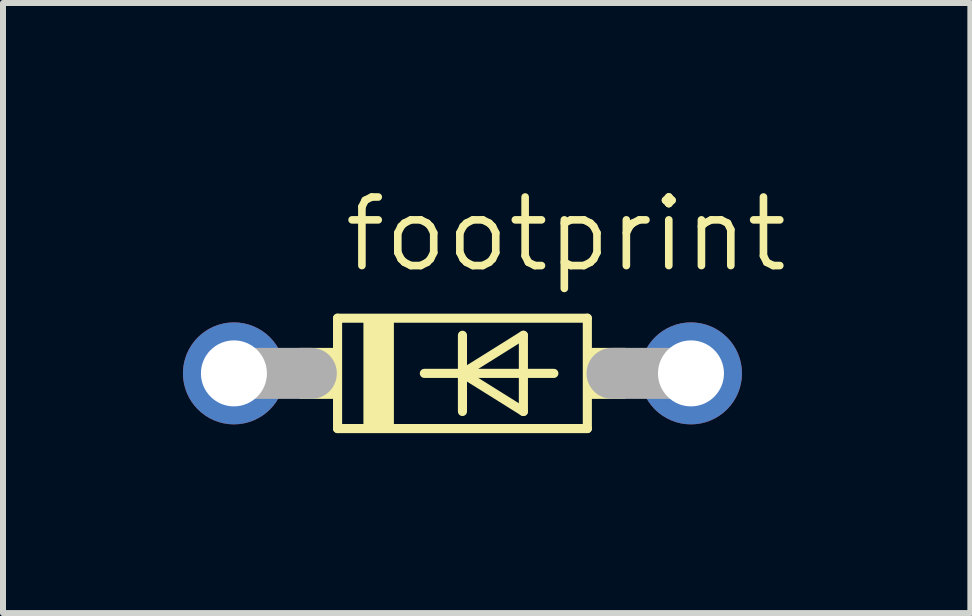
<source format=kicad_pcb>
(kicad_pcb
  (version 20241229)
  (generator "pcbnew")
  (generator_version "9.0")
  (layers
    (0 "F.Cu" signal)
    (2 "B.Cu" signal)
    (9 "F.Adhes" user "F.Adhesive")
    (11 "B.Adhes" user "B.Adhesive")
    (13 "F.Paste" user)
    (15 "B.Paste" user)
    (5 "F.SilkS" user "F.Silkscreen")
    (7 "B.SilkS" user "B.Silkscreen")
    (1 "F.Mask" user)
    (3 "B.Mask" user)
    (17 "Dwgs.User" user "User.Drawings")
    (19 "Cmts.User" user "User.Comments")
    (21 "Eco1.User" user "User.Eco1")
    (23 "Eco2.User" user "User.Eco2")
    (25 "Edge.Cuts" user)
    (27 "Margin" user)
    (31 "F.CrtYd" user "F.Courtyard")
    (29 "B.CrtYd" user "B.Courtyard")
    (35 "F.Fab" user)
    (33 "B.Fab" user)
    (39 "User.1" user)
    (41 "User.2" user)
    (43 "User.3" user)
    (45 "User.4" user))
  (footprint "footprint"
    (layer "F.Cu")
    (at 4.66 3.175)
    (property "Reference" "footprint" (at -2.032 -1.651 0) (layer "F.SilkS") (effects (font (size 1.143 1.143) (thickness 0.127)) (justify left bottom)))
    (fp_line (start -2.082 -0.92) (end -2.082 0.92) (stroke (width 0.152) (type solid)) (layer "F.SilkS"))
    (fp_line (start -2.082 -0.92) (end 2.082 -0.92) (stroke (width 0.152) (type solid)) (layer "F.SilkS"))
    (fp_line (start -0.635 0) (end 0 0) (stroke (width 0.152) (type solid)) (layer "F.SilkS"))
    (fp_line (start 0 -0.635) (end 0 0) (stroke (width 0.152) (type solid)) (layer "F.SilkS"))
    (fp_line (start 0 0) (end 0 0.635) (stroke (width 0.152) (type solid)) (layer "F.SilkS"))
    (fp_line (start 0 0) (end 1.016 -0.635) (stroke (width 0.152) (type solid)) (layer "F.SilkS"))
    (fp_line (start 0 0) (end 1.524 0) (stroke (width 0.152) (type solid)) (layer "F.SilkS"))
    (fp_line (start 1.016 -0.635) (end 1.016 0.635) (stroke (width 0.152) (type solid)) (layer "F.SilkS"))
    (fp_line (start 1.016 0.635) (end 0 0) (stroke (width 0.152) (type solid)) (layer "F.SilkS"))
    (fp_line (start 2.082 0.92) (end -2.082 0.92) (stroke (width 0.152) (type solid)) (layer "F.SilkS"))
    (fp_line (start 2.082 0.92) (end 2.082 -0.92) (stroke (width 0.152) (type solid)) (layer "F.SilkS"))
    (fp_poly (pts (xy -2.717 0.425) (xy -2.082 0.425) (xy -2.082 -0.425) (xy -2.717 -0.425)) (stroke (width 0) (type solid)) (fill yes) (layer "F.SilkS"))
    (fp_poly (pts (xy -1.651 0.95) (xy -1.143 0.95) (xy -1.143 -0.92) (xy -1.651 -0.92)) (stroke (width 0) (type solid)) (fill yes) (layer "F.SilkS"))
    (fp_poly (pts (xy 2.082 0.425) (xy 2.717 0.425) (xy 2.717 -0.425) (xy 2.082 -0.425)) (stroke (width 0) (type solid)) (fill yes) (layer "F.SilkS"))
    (fp_line (start -3.81 0) (end -2.519 0) (stroke (width 0.85) (type solid)) (layer "F.Fab"))
    (fp_line (start 3.81 0) (end 2.494 0) (stroke (width 0.85) (type solid)) (layer "F.Fab"))
    (pad "A" thru_hole circle (at 3.81 0) (size 1.7 1.7) (drill 1.1) (layers "*.Cu" "*.Mask"))
    (pad "C" thru_hole circle (at -3.81 0) (size 1.7 1.7) (drill 1.1) (layers "*.Cu" "*.Mask")))
  (gr_rect
    (start -3 -3)
    (end 13.128 7.171)
    (stroke (width 0.1) (type default))
    (fill no)
    (layer "Edge.Cuts")))
</source>
